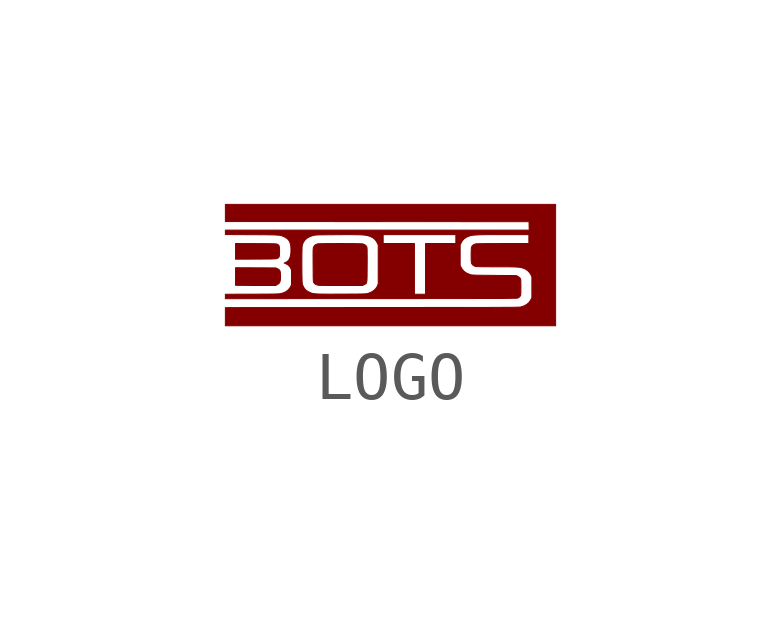
<source format=kicad_sym>
(kicad_symbol_lib
  (version 20220914)
  (generator "bitmap2component")
  (generator_version "9.0")
  (symbol "LOGO"
    (pin_names
      (offset 1.016))
    (property "Reference" "#G"
      (at 0 3.607 0)
      (effects (font (size 1.27 1.27)) hide))
    (symbol "LOGO_0_0"
      (polyline (pts (xy 3.444 0.11) (xy 3.444 1.376) (xy -0.000100 1.376) (xy -3.444 1.376) (xy -3.444 1.197) (xy -3.444 1.017) (xy -0.278 1.016) (xy 2.889 1.014) (xy 2.891 0.926) (xy 2.893 0.838) (xy -0.276 0.838) (xy -3.444 0.838) (xy -3.444 0.792) (xy -3.444 0.746) (xy -2.897 0.743) (xy -2.821 0.743) (xy -2.728 0.742) (xy -2.646 0.742) (xy -2.575 0.741) (xy -2.514 0.74) (xy -2.462 0.739) (xy -2.418 0.738) (xy -2.381 0.736) (xy -2.35 0.734) (xy -2.324 0.732) (xy -2.303 0.729) (xy -2.284 0.725) (xy -2.268 0.72) (xy -2.254 0.715) (xy -2.24 0.709) (xy -2.225 0.703) (xy -2.21 0.695) (xy -2.209 0.695) (xy -2.167 0.67) (xy -2.134 0.641) (xy -2.109 0.607) (xy -2.092 0.565) (xy -2.081 0.513) (xy -2.076 0.452) (xy -2.076 0.436) (xy -2.077 0.364) (xy -2.086 0.304) (xy -2.101 0.254) (xy -2.123 0.214) (xy -2.153 0.184) (xy -2.191 0.163) (xy -2.218 0.151) (xy -2.19 0.141) (xy -2.146 0.118) (xy -2.11 0.087) (xy -2.109 0.087) (xy -1.849 0.087) (xy -1.849 0.152) (xy -1.849 0.216) (xy -1.848 0.278) (xy -1.848 0.335) (xy -1.847 0.388) (xy -1.846 0.433) (xy -1.845 0.47) (xy -1.844 0.496) (xy -1.842 0.511) (xy -1.832 0.55) (xy -1.807 0.6) (xy -1.772 0.644) (xy -1.726 0.68) (xy -1.669 0.708) (xy -1.603 0.729) (xy -1.591 0.731) (xy -1.578 0.733) (xy -1.562 0.735) (xy -1.542 0.736) (xy -1.517 0.738) (xy -1.486 0.739) (xy -1.448 0.74) (xy -1.401 0.74) (xy -1.346 0.741) (xy -1.281 0.742) (xy -1.204 0.742) (xy -1.115 0.743) (xy -1.084 0.743) (xy -0.984 0.744) (xy -0.895 0.744) (xy -0.819 0.744) (xy -0.752 0.743) (xy -0.694 0.742) (xy -0.645 0.741) (xy -0.602 0.739) (xy -0.567 0.737) (xy -0.536 0.734) (xy -0.51 0.73) (xy -0.487 0.726) (xy -0.467 0.721) (xy -0.448 0.715) (xy -0.419 0.704) (xy -0.37 0.68) (xy -0.332 0.65) (xy -0.3 0.613) (xy -0.274 0.567) (xy -0.27 0.559) (xy -0.153 0.559) (xy -0.153 0.652) (xy -0.153 0.745) (xy 0.605 0.745) (xy 1.363 0.745) (xy 1.363 0.652) (xy 1.363 0.559) (xy 1.047 0.559) (xy 0.731 0.559) (xy 0.731 0.03) (xy 0.731 -0.499) (xy 0.615 -0.499) (xy 0.499 -0.499) (xy 0.499 0.03) (xy 0.499 0.559) (xy 0.173 0.559) (xy -0.153 0.559) (xy -0.27 0.559) (xy -0.256 0.529) (xy -0.256 0.123) (xy -0.256 -0.282) (xy -0.272 -0.321) (xy -0.282 -0.344) (xy -0.314 -0.389) (xy -0.357 -0.427) (xy -0.411 -0.459) (xy -0.475 -0.483) (xy -0.482 -0.484) (xy -0.491 -0.486) (xy -0.502 -0.488) (xy -0.516 -0.49) (xy -0.534 -0.491) (xy -0.557 -0.492) (xy -0.586 -0.493) (xy -0.621 -0.494) (xy -0.664 -0.494) (xy -0.716 -0.495) (xy -0.777 -0.495) (xy -0.849 -0.495) (xy -0.932 -0.496) (xy -1.027 -0.496) (xy -1.116 -0.496) (xy -1.206 -0.497) (xy -1.285 -0.497) (xy -1.353 -0.496) (xy -1.411 -0.496) (xy -1.461 -0.495) (xy -1.503 -0.494) (xy -1.538 -0.492) (xy -1.568 -0.49) (xy -1.593 -0.487) (xy -1.614 -0.484) (xy -1.632 -0.48) (xy -1.648 -0.475) (xy -1.663 -0.47) (xy -1.677 -0.463) (xy -1.693 -0.456) (xy -1.694 -0.456) (xy -1.721 -0.441) (xy -1.747 -0.425) (xy -1.767 -0.41) (xy -1.785 -0.391) (xy -1.809 -0.355) (xy -1.829 -0.315) (xy -1.841 -0.274) (xy -1.841 -0.273) (xy -1.843 -0.258) (xy -1.844 -0.231) (xy -1.845 -0.194) (xy -1.846 -0.149) (xy -1.847 -0.096) (xy -1.848 -0.039) (xy -1.848 0.023) (xy -1.849 0.087) (xy -2.109 0.087) (xy -2.084 0.049) (xy -2.065 0.01) (xy -2.065 -0.146) (xy -2.065 -0.302) (xy -2.083 -0.34) (xy -2.095 -0.36) (xy -2.123 -0.396) (xy -2.158 -0.428) (xy -2.194 -0.452) (xy -2.195 -0.452) (xy -2.216 -0.462) (xy -2.244 -0.472) (xy -2.273 -0.481) (xy -2.279 -0.482) (xy -2.288 -0.484) (xy -2.297 -0.487) (xy -2.309 -0.488) (xy -2.322 -0.49) (xy -2.339 -0.491) (xy -2.359 -0.492) (xy -2.385 -0.493) (xy -2.417 -0.494) (xy -2.456 -0.495) (xy -2.502 -0.495) (xy -2.558 -0.496) (xy -2.623 -0.496) (xy -2.698 -0.496) (xy -2.785 -0.497) (xy -2.884 -0.497) (xy -3.444 -0.499) (xy -3.444 -0.545) (xy -3.444 -0.592) (xy -0.404 -0.59) (xy -0.199 -0.59) (xy 0.03 -0.59) (xy 0.246 -0.59) (xy 0.45 -0.59) (xy 0.642 -0.59) (xy 0.822 -0.589) (xy 0.991 -0.589) (xy 1.149 -0.589) (xy 1.297 -0.589) (xy 1.435 -0.589) (xy 1.563 -0.589) (xy 1.681 -0.589) (xy 1.791 -0.588) (xy 1.892 -0.588) (xy 1.985 -0.588) (xy 2.07 -0.588) (xy 2.147 -0.587) (xy 2.217 -0.587) (xy 2.28 -0.587) (xy 2.337 -0.587) (xy 2.388 -0.586) (xy 2.433 -0.586) (xy 2.472 -0.585) (xy 2.506 -0.585) (xy 2.536 -0.584) (xy 2.562 -0.584) (xy 2.583 -0.583) (xy 2.602 -0.583) (xy 2.616 -0.582) (xy 2.628 -0.581) (xy 2.638 -0.581) (xy 2.645 -0.58) (xy 2.651 -0.579) (xy 2.655 -0.578) (xy 2.658 -0.577) (xy 2.661 -0.576) (xy 2.663 -0.575) (xy 2.668 -0.573) (xy 2.688 -0.557) (xy 2.704 -0.539) (xy 2.706 -0.537) (xy 2.71 -0.529) (xy 2.714 -0.521) (xy 2.716 -0.51) (xy 2.718 -0.494) (xy 2.719 -0.473) (xy 2.719 -0.443) (xy 2.719 -0.403) (xy 2.72 -0.352) (xy 2.72 -0.335) (xy 2.719 -0.287) (xy 2.719 -0.251) (xy 2.718 -0.224) (xy 2.717 -0.205) (xy 2.715 -0.191) (xy 2.713 -0.181) (xy 2.709 -0.173) (xy 2.704 -0.166) (xy 2.698 -0.158) (xy 2.679 -0.141) (xy 2.656 -0.126) (xy 2.623 -0.11) (xy 2.164 -0.106) (xy 2.096 -0.105) (xy 2.015 -0.104) (xy 1.946 -0.104) (xy 1.887 -0.103) (xy 1.837 -0.102) (xy 1.796 -0.101) (xy 1.763 -0.1) (xy 1.736 -0.099) (xy 1.715 -0.098) (xy 1.698 -0.096) (xy 1.685 -0.095) (xy 1.675 -0.093) (xy 1.666 -0.09) (xy 1.656 -0.087) (xy 1.594 -0.062) (xy 1.543 -0.028) (xy 1.501 0.015) (xy 1.471 0.065) (xy 1.453 0.103) (xy 1.453 0.316) (xy 1.453 0.529) (xy 1.471 0.567) (xy 1.482 0.59) (xy 1.511 0.632) (xy 1.546 0.665) (xy 1.589 0.692) (xy 1.644 0.715) (xy 1.655 0.718) (xy 1.672 0.723) (xy 1.691 0.727) (xy 1.712 0.731) (xy 1.736 0.734) (xy 1.765 0.736) (xy 1.799 0.738) (xy 1.839 0.74) (xy 1.886 0.742) (xy 1.941 0.743) (xy 2.005 0.744) (xy 2.078 0.744) (xy 2.162 0.744) (xy 2.257 0.745) (xy 2.365 0.745) (xy 2.886 0.745) (xy 2.886 0.652) (xy 2.886 0.559) (xy 2.347 0.559) (xy 2.239 0.558) (xy 2.136 0.558) (xy 2.046 0.558) (xy 1.97 0.557) (xy 1.905 0.556) (xy 1.854 0.555) (xy 1.815 0.554) (xy 1.789 0.553) (xy 1.775 0.551) (xy 1.774 0.551) (xy 1.738 0.538) (xy 1.71 0.516) (xy 1.691 0.488) (xy 1.689 0.479) (xy 1.686 0.457) (xy 1.684 0.426) (xy 1.683 0.388) (xy 1.682 0.346) (xy 1.682 0.302) (xy 1.682 0.259) (xy 1.683 0.219) (xy 1.685 0.185) (xy 1.688 0.159) (xy 1.691 0.144) (xy 1.692 0.143) (xy 1.711 0.115) (xy 1.739 0.094) (xy 1.775 0.08) (xy 1.784 0.079) (xy 1.807 0.078) (xy 1.844 0.076) (xy 1.894 0.075) (xy 1.956 0.074) (xy 2.032 0.074) (xy 2.12 0.073) (xy 2.22 0.073) (xy 2.283 0.073) (xy 2.366 0.073) (xy 2.438 0.073) (xy 2.5 0.072) (xy 2.553 0.071) (xy 2.597 0.07) (xy 2.634 0.068) (xy 2.666 0.066) (xy 2.692 0.063) (xy 2.715 0.059) (xy 2.735 0.054) (xy 2.753 0.049) (xy 2.771 0.043) (xy 2.79 0.036) (xy 2.821 0.021) (xy 2.865 -0.011) (xy 2.902 -0.05) (xy 2.93 -0.095) (xy 2.949 -0.136) (xy 2.949 -0.352) (xy 2.949 -0.569) (xy 2.927 -0.613) (xy 2.92 -0.627) (xy 2.887 -0.672) (xy 2.843 -0.71) (xy 2.789 -0.74) (xy 2.724 -0.763) (xy 2.722 -0.764) (xy 2.717 -0.764) (xy 2.711 -0.765) (xy 2.704 -0.766) (xy 2.694 -0.767) (xy 2.682 -0.767) (xy 2.667 -0.768) (xy 2.648 -0.769) (xy 2.626 -0.769) (xy 2.6 -0.77) (xy 2.57 -0.77) (xy 2.535 -0.771) (xy 2.495 -0.771) (xy 2.45 -0.772) (xy 2.399 -0.772) (xy 2.342 -0.772) (xy 2.278 -0.773) (xy 2.208 -0.773) (xy 2.131 -0.773) (xy 2.045 -0.774) (xy 1.952 -0.774) (xy 1.851 -0.774) (xy 1.741 -0.774) (xy 1.622 -0.774) (xy 1.494 -0.775) (xy 1.356 -0.775) (xy 1.208 -0.775) (xy 1.05 -0.775) (xy 0.881 -0.775) (xy 0.7 -0.775) (xy 0.509 -0.776) (xy 0.305 -0.776) (xy 0.089 -0.776) (xy -0.139 -0.776) (xy -0.381 -0.776) (xy -3.444 -0.778) (xy -3.444 -0.968) (xy -3.444 -1.157) (xy -0.000100 -1.157) (xy 3.444 -1.157) (xy 3.444 0.11)) (stroke (width 0.01) (type default)) (fill (type outline)))
      (polyline (pts (xy -2.61 -0.316) (xy -2.397 -0.316) (xy -2.364 -0.299) (xy -2.347 -0.29) (xy -2.327 -0.274) (xy -2.312 -0.253) (xy -2.302 -0.227) (xy -2.296 -0.192) (xy -2.294 -0.149) (xy -2.295 -0.094) (xy -2.296 -0.067) (xy -2.3 -0.035) (xy -2.306 -0.011) (xy -2.317 0.006) (xy -2.334 0.02) (xy -2.357 0.033) (xy -2.39 0.05) (xy -2.811 0.052) (xy -3.232 0.054) (xy -3.232 -0.129) (xy -3.232 -0.312) (xy -3.027 -0.315) (xy -2.975 -0.315) (xy -2.904 -0.316) (xy -2.827 -0.316) (xy -2.749 -0.316) (xy -2.676 -0.316) (xy -2.61 -0.316)) (stroke (width 0.01) (type default)) (fill (type outline)))
      (polyline (pts (xy -2.811 0.234) (xy -2.738 0.234) (xy -2.663 0.235) (xy -2.599 0.235) (xy -2.546 0.236) (xy -2.502 0.236) (xy -2.466 0.237) (xy -2.438 0.238) (xy -2.415 0.239) (xy -2.398 0.24) (xy -2.385 0.242) (xy -2.376 0.244) (xy -2.368 0.246) (xy -2.362 0.249) (xy -2.35 0.254) (xy -2.336 0.264) (xy -2.326 0.276) (xy -2.32 0.293) (xy -2.316 0.318) (xy -2.314 0.351) (xy -2.314 0.396) (xy -2.314 0.418) (xy -2.315 0.458) (xy -2.318 0.488) (xy -2.323 0.509) (xy -2.332 0.524) (xy -2.343 0.535) (xy -2.359 0.544) (xy -2.361 0.545) (xy -2.367 0.547) (xy -2.376 0.549) (xy -2.388 0.55) (xy -2.404 0.552) (xy -2.425 0.553) (xy -2.453 0.554) (xy -2.488 0.555) (xy -2.532 0.555) (xy -2.584 0.556) (xy -2.647 0.556) (xy -2.721 0.557) (xy -2.808 0.557) (xy -3.232 0.559) (xy -3.232 0.396) (xy -3.232 0.232) (xy -2.811 0.234)) (stroke (width 0.01) (type default)) (fill (type outline)))
      (polyline (pts (xy -1.021 -0.317) (xy -0.582 -0.316) (xy -0.549 -0.299) (xy -0.538 -0.294) (xy -0.526 -0.288) (xy -0.517 -0.282) (xy -0.51 -0.275) (xy -0.503 -0.266) (xy -0.499 -0.253) (xy -0.495 -0.236) (xy -0.492 -0.213) (xy -0.49 -0.183) (xy -0.489 -0.145) (xy -0.488 -0.099) (xy -0.488 -0.042) (xy -0.487 0.025) (xy -0.487 0.105) (xy -0.487 0.11) (xy -0.486 0.202) (xy -0.486 0.281) (xy -0.487 0.347) (xy -0.487 0.4) (xy -0.488 0.44) (xy -0.49 0.466) (xy -0.492 0.48) (xy -0.496 0.492) (xy -0.515 0.518) (xy -0.544 0.539) (xy -0.578 0.551) (xy -0.58 0.551) (xy -0.595 0.553) (xy -0.623 0.554) (xy -0.66 0.555) (xy -0.706 0.556) (xy -0.76 0.557) (xy -0.82 0.558) (xy -0.885 0.558) (xy -0.953 0.558) (xy -1.022 0.559) (xy -1.093 0.559) (xy -1.162 0.558) (xy -1.23 0.558) (xy -1.293 0.558) (xy -1.352 0.557) (xy -1.405 0.556) (xy -1.449 0.555) (xy -1.485 0.554) (xy -1.51 0.553) (xy -1.523 0.551) (xy -1.558 0.538) (xy -1.587 0.515) (xy -1.605 0.484) (xy -1.608 0.477) (xy -1.61 0.468) (xy -1.611 0.455) (xy -1.613 0.439) (xy -1.614 0.417) (xy -1.615 0.389) (xy -1.615 0.353) (xy -1.615 0.308) (xy -1.615 0.253) (xy -1.615 0.188) (xy -1.614 0.11) (xy -1.614 0.036) (xy -1.613 -0.029) (xy -1.613 -0.083) (xy -1.613 -0.128) (xy -1.612 -0.163) (xy -1.611 -0.19) (xy -1.61 -0.211) (xy -1.608 -0.227) (xy -1.607 -0.238) (xy -1.605 -0.247) (xy -1.602 -0.253) (xy -1.599 -0.259) (xy -1.597 -0.262) (xy -1.574 -0.285) (xy -1.54 -0.303) (xy -1.497 -0.313) (xy -1.494 -0.313) (xy -1.477 -0.314) (xy -1.448 -0.315) (xy -1.408 -0.315) (xy -1.359 -0.316) (xy -1.303 -0.316) (xy -1.239 -0.317) (xy -1.17 -0.317) (xy -1.097 -0.317) (xy -1.021 -0.317)) (stroke (width 0.01) (type default)) (fill (type outline))))))
</source>
